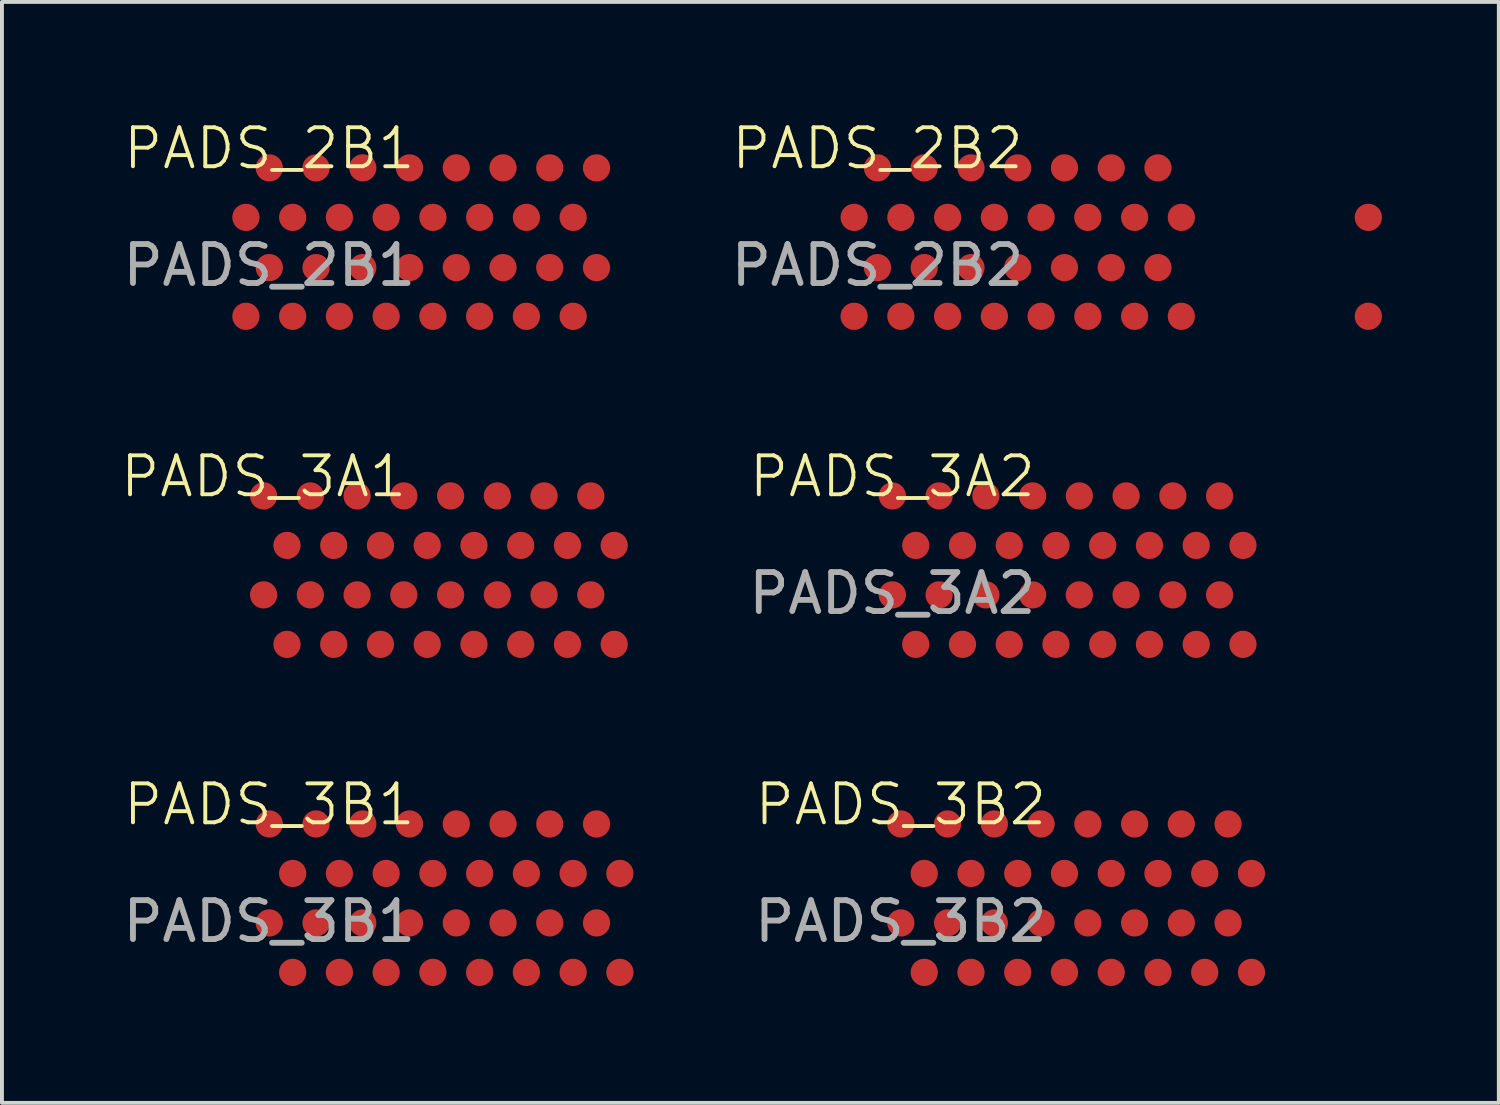
<source format=kicad_pcb>
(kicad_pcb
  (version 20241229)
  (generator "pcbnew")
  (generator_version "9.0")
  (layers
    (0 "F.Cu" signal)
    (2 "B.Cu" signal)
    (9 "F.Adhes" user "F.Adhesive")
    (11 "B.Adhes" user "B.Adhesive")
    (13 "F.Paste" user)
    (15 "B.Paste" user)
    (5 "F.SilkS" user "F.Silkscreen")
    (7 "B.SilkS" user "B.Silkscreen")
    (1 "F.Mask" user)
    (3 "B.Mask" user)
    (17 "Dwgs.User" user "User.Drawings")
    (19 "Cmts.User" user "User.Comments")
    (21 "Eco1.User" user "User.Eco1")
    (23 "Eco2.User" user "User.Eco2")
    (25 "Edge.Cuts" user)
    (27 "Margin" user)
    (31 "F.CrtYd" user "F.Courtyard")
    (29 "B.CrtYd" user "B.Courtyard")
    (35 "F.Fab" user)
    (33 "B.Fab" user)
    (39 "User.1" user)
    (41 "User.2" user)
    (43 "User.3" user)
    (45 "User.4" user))
  (footprint "PADS_3B1"
    (layer "F.Cu")
    (at 3.863 18.102)
    (property "Reference" "PADS_3B1" (at 0 -0.5 0) (unlocked yes) (layer "F.SilkS") (effects (font (size 1 1) (thickness 0.1))))
    (attr smd)
    (fp_text user "${REFERENCE}" (at 0 2.5 0) (unlocked yes) (layer "F.Fab") (effects (font (size 1 1) (thickness 0.15))))
    (pad "2B28" smd circle (at 7.8 1.27) (size 0.7 0.7) (layers "F.Cu" "F.Mask" "F.Paste"))
    (pad "3B1" smd circle (at 0 2.54) (size 0.7 0.7) (layers "F.Cu" "F.Mask" "F.Paste"))
    (pad "3B2" smd circle (at 0 0) (size 0.7 0.7) (layers "F.Cu" "F.Mask" "F.Paste"))
    (pad "3B3" smd circle (at 0.6 3.81) (size 0.7 0.7) (layers "F.Cu" "F.Mask" "F.Paste"))
    (pad "3B4" smd circle (at 0.6 1.27) (size 0.7 0.7) (layers "F.Cu" "F.Mask" "F.Paste"))
    (pad "3B5" smd circle (at 1.2 2.54) (size 0.7 0.7) (layers "F.Cu" "F.Mask" "F.Paste"))
    (pad "3B6" smd circle (at 1.2 0) (size 0.7 0.7) (layers "F.Cu" "F.Mask" "F.Paste"))
    (pad "3B7" smd circle (at 1.8 3.81) (size 0.7 0.7) (layers "F.Cu" "F.Mask" "F.Paste"))
    (pad "3B8" smd circle (at 1.8 1.27) (size 0.7 0.7) (layers "F.Cu" "F.Mask" "F.Paste"))
    (pad "3B9" smd circle (at 2.4 2.54) (size 0.7 0.7) (layers "F.Cu" "F.Mask" "F.Paste"))
    (pad "3B10" smd circle (at 2.4 0) (size 0.7 0.7) (layers "F.Cu" "F.Mask" "F.Paste"))
    (pad "3B11" smd circle (at 3 3.81) (size 0.7 0.7) (layers "F.Cu" "F.Mask" "F.Paste"))
    (pad "3B12" smd circle (at 3 1.27) (size 0.7 0.7) (layers "F.Cu" "F.Mask" "F.Paste"))
    (pad "3B13" smd circle (at 3.6 2.54) (size 0.7 0.7) (layers "F.Cu" "F.Mask" "F.Paste"))
    (pad "3B14" smd circle (at 3.6 0) (size 0.7 0.7) (layers "F.Cu" "F.Mask" "F.Paste"))
    (pad "3B15" smd circle (at 4.2 3.81) (size 0.7 0.7) (layers "F.Cu" "F.Mask" "F.Paste"))
    (pad "3B16" smd circle (at 4.2 1.27) (size 0.7 0.7) (layers "F.Cu" "F.Mask" "F.Paste"))
    (pad "3B17" smd circle (at 4.8 2.54) (size 0.7 0.7) (layers "F.Cu" "F.Mask" "F.Paste"))
    (pad "3B18" smd circle (at 4.8 0) (size 0.7 0.7) (layers "F.Cu" "F.Mask" "F.Paste"))
    (pad "3B19" smd circle (at 5.4 3.81) (size 0.7 0.7) (layers "F.Cu" "F.Mask" "F.Paste"))
    (pad "3B20" smd circle (at 5.4 1.27) (size 0.7 0.7) (layers "F.Cu" "F.Mask" "F.Paste"))
    (pad "3B21" smd circle (at 6 2.54) (size 0.7 0.7) (layers "F.Cu" "F.Mask" "F.Paste"))
    (pad "3B22" smd circle (at 6 0) (size 0.7 0.7) (layers "F.Cu" "F.Mask" "F.Paste"))
    (pad "3B23" smd circle (at 6.6 3.81) (size 0.7 0.7) (layers "F.Cu" "F.Mask" "F.Paste"))
    (pad "3B24" smd circle (at 6.6 1.27) (size 0.7 0.7) (layers "F.Cu" "F.Mask" "F.Paste"))
    (pad "3B25" smd circle (at 7.2 2.54) (size 0.7 0.7) (layers "F.Cu" "F.Mask" "F.Paste"))
    (pad "3B26" smd circle (at 7.2 0) (size 0.7 0.7) (layers "F.Cu" "F.Mask" "F.Paste"))
    (pad "3B27" smd circle (at 7.8 3.81) (size 0.7 0.7) (layers "F.Cu" "F.Mask" "F.Paste"))
    (pad "3B29" smd circle (at 8.4 2.54) (size 0.7 0.7) (layers "F.Cu" "F.Mask" "F.Paste"))
    (pad "3B30" smd circle (at 8.4 0) (size 0.7 0.7) (layers "F.Cu" "F.Mask" "F.Paste"))
    (pad "3B31" smd circle (at 9 3.81) (size 0.7 0.7) (layers "F.Cu" "F.Mask" "F.Paste"))
    (pad "3B32" smd circle (at 9 1.27) (size 0.7 0.7) (layers "F.Cu" "F.Mask" "F.Paste")))
  (footprint "PADS_2B2"
    (layer "F.Cu")
    (at 19.476 1.26)
    (property "Reference" "PADS_2B2" (at 0 -0.5 0) (unlocked yes) (layer "F.SilkS") (effects (font (size 1 1) (thickness 0.1))))
    (attr smd)
    (fp_text user "${REFERENCE}" (at 0 2.5 0) (unlocked yes) (layer "F.Fab") (effects (font (size 1 1) (thickness 0.15))))
    (pad "2B33" smd circle (at -0.6 3.81) (size 0.7 0.7) (layers "F.Cu" "F.Mask" "F.Paste"))
    (pad "2B34" smd circle (at -0.6 1.27) (size 0.7 0.7) (layers "F.Cu" "F.Mask" "F.Paste"))
    (pad "2B35" smd circle (at 0 2.56) (size 0.7 0.7) (layers "F.Cu" "F.Mask" "F.Paste"))
    (pad "2B36" smd circle (at 0 0) (size 0.7 0.7) (layers "F.Cu" "F.Mask" "F.Paste"))
    (pad "2B37" smd circle (at 0.6 3.81) (size 0.7 0.7) (layers "F.Cu" "F.Mask" "F.Paste"))
    (pad "2B38" smd circle (at 0.6 1.27) (size 0.7 0.7) (layers "F.Cu" "F.Mask" "F.Paste"))
    (pad "2B39" smd circle (at 1.2 2.56) (size 0.7 0.7) (layers "F.Cu" "F.Mask" "F.Paste"))
    (pad "2B40" smd circle (at 1.2 0) (size 0.7 0.7) (layers "F.Cu" "F.Mask" "F.Paste"))
    (pad "2B41" smd circle (at 1.8 3.81) (size 0.7 0.7) (layers "F.Cu" "F.Mask" "F.Paste"))
    (pad "2B42" smd circle (at 1.8 1.27) (size 0.7 0.7) (layers "F.Cu" "F.Mask" "F.Paste"))
    (pad "2B43" smd circle (at 2.4 2.56) (size 0.7 0.7) (layers "F.Cu" "F.Mask" "F.Paste"))
    (pad "2B44" smd circle (at 2.4 0) (size 0.7 0.7) (layers "F.Cu" "F.Mask" "F.Paste"))
    (pad "2B45" smd circle (at 3 3.81) (size 0.7 0.7) (layers "F.Cu" "F.Mask" "F.Paste"))
    (pad "2B46" smd circle (at 3 1.27) (size 0.7 0.7) (layers "F.Cu" "F.Mask" "F.Paste"))
    (pad "2B47" smd circle (at 3.6 2.56) (size 0.7 0.7) (layers "F.Cu" "F.Mask" "F.Paste"))
    (pad "2B48" smd circle (at 3.6 0) (size 0.7 0.7) (layers "F.Cu" "F.Mask" "F.Paste"))
    (pad "2B49" smd circle (at 4.2 3.81) (size 0.7 0.7) (layers "F.Cu" "F.Mask" "F.Paste"))
    (pad "2B50" smd circle (at 4.2 1.27) (size 0.7 0.7) (layers "F.Cu" "F.Mask" "F.Paste"))
    (pad "2B51" smd circle (at 4.8 2.56) (size 0.7 0.7) (layers "F.Cu" "F.Mask" "F.Paste"))
    (pad "2B52" smd circle (at 4.8 0) (size 0.7 0.7) (layers "F.Cu" "F.Mask" "F.Paste"))
    (pad "2B53" smd circle (at 5.4 3.81) (size 0.7 0.7) (layers "F.Cu" "F.Mask" "F.Paste"))
    (pad "2B54" smd circle (at 5.4 1.27) (size 0.7 0.7) (layers "F.Cu" "F.Mask" "F.Paste"))
    (pad "2B55" smd circle (at 6 2.56) (size 0.7 0.7) (layers "F.Cu" "F.Mask" "F.Paste"))
    (pad "2B56" smd circle (at 6 0) (size 0.7 0.7) (layers "F.Cu" "F.Mask" "F.Paste"))
    (pad "2B57" smd circle (at 6.6 3.81) (size 0.7 0.7) (layers "F.Cu" "F.Mask" "F.Paste"))
    (pad "2B58" smd circle (at 6.6 1.27) (size 0.7 0.7) (layers "F.Cu" "F.Mask" "F.Paste"))
    (pad "2B59" smd circle (at 7.2 2.56) (size 0.7 0.7) (layers "F.Cu" "F.Mask" "F.Paste"))
    (pad "2B60" smd circle (at 7.2 0) (size 0.7 0.7) (layers "F.Cu" "F.Mask" "F.Paste"))
    (pad "2B61" smd circle (at 7.8 3.81) (size 0.7 0.7) (layers "F.Cu" "F.Mask" "F.Paste"))
    (pad "2B62" smd circle (at 7.8 1.27) (size 0.7 0.7) (layers "F.Cu" "F.Mask" "F.Paste"))
    (pad "2B63" smd circle (at 12.6 3.81) (size 0.7 0.7) (layers "F.Cu" "F.Mask" "F.Paste"))
    (pad "2B64" smd circle (at 12.6 1.27) (size 0.7 0.7) (layers "F.Cu" "F.Mask" "F.Paste")))
  (footprint "PADS_3B2"
    (layer "F.Cu")
    (at 20.076 18.102)
    (property "Reference" "PADS_3B2" (at 0 -0.5 0) (unlocked yes) (layer "F.SilkS") (effects (font (size 1 1) (thickness 0.1))))
    (attr smd)
    (fp_text user "${REFERENCE}" (at 0 2.5 0) (unlocked yes) (layer "F.Fab") (effects (font (size 1 1) (thickness 0.15))))
    (pad "3B33" smd circle (at 0 2.54) (size 0.7 0.7) (layers "F.Cu" "F.Mask" "F.Paste"))
    (pad "3B34" smd circle (at 0 0) (size 0.7 0.7) (layers "F.Cu" "F.Mask" "F.Paste"))
    (pad "3B35" smd circle (at 0.6 3.81) (size 0.7 0.7) (layers "F.Cu" "F.Mask" "F.Paste"))
    (pad "3B36" smd circle (at 0.6 1.27) (size 0.7 0.7) (layers "F.Cu" "F.Mask" "F.Paste"))
    (pad "3B37" smd circle (at 1.2 2.54) (size 0.7 0.7) (layers "F.Cu" "F.Mask" "F.Paste"))
    (pad "3B38" smd circle (at 1.2 0) (size 0.7 0.7) (layers "F.Cu" "F.Mask" "F.Paste"))
    (pad "3B39" smd circle (at 1.8 3.81) (size 0.7 0.7) (layers "F.Cu" "F.Mask" "F.Paste"))
    (pad "3B40" smd circle (at 1.8 1.27) (size 0.7 0.7) (layers "F.Cu" "F.Mask" "F.Paste"))
    (pad "3B41" smd circle (at 2.4 2.54) (size 0.7 0.7) (layers "F.Cu" "F.Mask" "F.Paste"))
    (pad "3B42" smd circle (at 2.4 0) (size 0.7 0.7) (layers "F.Cu" "F.Mask" "F.Paste"))
    (pad "3B43" smd circle (at 3 3.81) (size 0.7 0.7) (layers "F.Cu" "F.Mask" "F.Paste"))
    (pad "3B44" smd circle (at 3 1.27) (size 0.7 0.7) (layers "F.Cu" "F.Mask" "F.Paste"))
    (pad "3B45" smd circle (at 3.6 2.54) (size 0.7 0.7) (layers "F.Cu" "F.Mask" "F.Paste"))
    (pad "3B46" smd circle (at 3.6 0) (size 0.7 0.7) (layers "F.Cu" "F.Mask" "F.Paste"))
    (pad "3B47" smd circle (at 4.2 3.81) (size 0.7 0.7) (layers "F.Cu" "F.Mask" "F.Paste"))
    (pad "3B48" smd circle (at 4.2 1.27) (size 0.7 0.7) (layers "F.Cu" "F.Mask" "F.Paste"))
    (pad "3B49" smd circle (at 4.8 2.54) (size 0.7 0.7) (layers "F.Cu" "F.Mask" "F.Paste"))
    (pad "3B50" smd circle (at 4.8 0) (size 0.7 0.7) (layers "F.Cu" "F.Mask" "F.Paste"))
    (pad "3B51" smd circle (at 5.4 3.81) (size 0.7 0.7) (layers "F.Cu" "F.Mask" "F.Paste"))
    (pad "3B52" smd circle (at 5.4 1.27) (size 0.7 0.7) (layers "F.Cu" "F.Mask" "F.Paste"))
    (pad "3B53" smd circle (at 6 2.54) (size 0.7 0.7) (layers "F.Cu" "F.Mask" "F.Paste"))
    (pad "3B54" smd circle (at 6 0) (size 0.7 0.7) (layers "F.Cu" "F.Mask" "F.Paste"))
    (pad "3B55" smd circle (at 6.6 3.81) (size 0.7 0.7) (layers "F.Cu" "F.Mask" "F.Paste"))
    (pad "3B56" smd circle (at 6.6 1.27) (size 0.7 0.7) (layers "F.Cu" "F.Mask" "F.Paste"))
    (pad "3B57" smd circle (at 7.2 2.54) (size 0.7 0.7) (layers "F.Cu" "F.Mask" "F.Paste"))
    (pad "3B58" smd circle (at 7.2 0) (size 0.7 0.7) (layers "F.Cu" "F.Mask" "F.Paste"))
    (pad "3B59" smd circle (at 7.8 3.81) (size 0.7 0.7) (layers "F.Cu" "F.Mask" "F.Paste"))
    (pad "3B60" smd circle (at 7.8 1.27) (size 0.7 0.7) (layers "F.Cu" "F.Mask" "F.Paste"))
    (pad "3B61" smd circle (at 8.4 2.54) (size 0.7 0.7) (layers "F.Cu" "F.Mask" "F.Paste"))
    (pad "3B62" smd circle (at 8.4 0) (size 0.7 0.7) (layers "F.Cu" "F.Mask" "F.Paste"))
    (pad "3B63" smd circle (at 9 3.81) (size 0.7 0.7) (layers "F.Cu" "F.Mask" "F.Paste"))
    (pad "3B64" smd circle (at 9 1.27) (size 0.7 0.7) (layers "F.Cu" "F.Mask" "F.Paste")))
  (footprint "PADS_3A2"
    (layer "F.Cu")
    (at 19.858 9.681)
    (property "Reference" "PADS_3A2" (at 0 -0.5 0) (unlocked yes) (layer "F.SilkS") (effects (font (size 1 1) (thickness 0.1))))
    (attr smd)
    (fp_text user "${REFERENCE}" (at 0 2.5 0) (unlocked yes) (layer "F.Fab") (effects (font (size 1 1) (thickness 0.15))))
    (pad "3A33" smd circle (at 0 2.54) (size 0.7 0.7) (layers "F.Cu" "F.Mask" "F.Paste"))
    (pad "3A34" smd circle (at 0 0) (size 0.7 0.7) (layers "F.Cu" "F.Mask" "F.Paste"))
    (pad "3A35" smd circle (at 0.6 3.81) (size 0.7 0.7) (layers "F.Cu" "F.Mask" "F.Paste"))
    (pad "3A36" smd circle (at 0.6 1.27) (size 0.7 0.7) (layers "F.Cu" "F.Mask" "F.Paste"))
    (pad "3A37" smd circle (at 1.2 2.54) (size 0.7 0.7) (layers "F.Cu" "F.Mask" "F.Paste"))
    (pad "3A38" smd circle (at 1.2 0) (size 0.7 0.7) (layers "F.Cu" "F.Mask" "F.Paste"))
    (pad "3A39" smd circle (at 1.8 3.81) (size 0.7 0.7) (layers "F.Cu" "F.Mask" "F.Paste"))
    (pad "3A40" smd circle (at 1.8 1.27) (size 0.7 0.7) (layers "F.Cu" "F.Mask" "F.Paste"))
    (pad "3A41" smd circle (at 2.4 2.54) (size 0.7 0.7) (layers "F.Cu" "F.Mask" "F.Paste"))
    (pad "3A42" smd circle (at 2.4 0) (size 0.7 0.7) (layers "F.Cu" "F.Mask" "F.Paste"))
    (pad "3A43" smd circle (at 3 3.81) (size 0.7 0.7) (layers "F.Cu" "F.Mask" "F.Paste"))
    (pad "3A44" smd circle (at 3 1.27) (size 0.7 0.7) (layers "F.Cu" "F.Mask" "F.Paste"))
    (pad "3A45" smd circle (at 3.6 2.54) (size 0.7 0.7) (layers "F.Cu" "F.Mask" "F.Paste"))
    (pad "3A46" smd circle (at 3.6 0) (size 0.7 0.7) (layers "F.Cu" "F.Mask" "F.Paste"))
    (pad "3A47" smd circle (at 4.2 3.81) (size 0.7 0.7) (layers "F.Cu" "F.Mask" "F.Paste"))
    (pad "3A48" smd circle (at 4.2 1.27) (size 0.7 0.7) (layers "F.Cu" "F.Mask" "F.Paste"))
    (pad "3A49" smd circle (at 4.8 2.54) (size 0.7 0.7) (layers "F.Cu" "F.Mask" "F.Paste"))
    (pad "3A50" smd circle (at 4.8 0) (size 0.7 0.7) (layers "F.Cu" "F.Mask" "F.Paste"))
    (pad "3A51" smd circle (at 5.4 3.81) (size 0.7 0.7) (layers "F.Cu" "F.Mask" "F.Paste"))
    (pad "3A52" smd circle (at 5.4 1.27) (size 0.7 0.7) (layers "F.Cu" "F.Mask" "F.Paste"))
    (pad "3A53" smd circle (at 6 2.54) (size 0.7 0.7) (layers "F.Cu" "F.Mask" "F.Paste"))
    (pad "3A54" smd circle (at 6 0) (size 0.7 0.7) (layers "F.Cu" "F.Mask" "F.Paste"))
    (pad "3A55" smd circle (at 6.6 3.81) (size 0.7 0.7) (layers "F.Cu" "F.Mask" "F.Paste"))
    (pad "3A56" smd circle (at 6.6 1.27) (size 0.7 0.7) (layers "F.Cu" "F.Mask" "F.Paste"))
    (pad "3A57" smd circle (at 7.2 2.54) (size 0.7 0.7) (layers "F.Cu" "F.Mask" "F.Paste"))
    (pad "3A58" smd circle (at 7.2 0) (size 0.7 0.7) (layers "F.Cu" "F.Mask" "F.Paste"))
    (pad "3A59" smd circle (at 7.8 3.81) (size 0.7 0.7) (layers "F.Cu" "F.Mask" "F.Paste"))
    (pad "3A60" smd circle (at 7.8 1.27) (size 0.7 0.7) (layers "F.Cu" "F.Mask" "F.Paste"))
    (pad "3A61" smd circle (at 8.4 2.54) (size 0.7 0.7) (layers "F.Cu" "F.Mask" "F.Paste"))
    (pad "3A62" smd circle (at 8.4 0) (size 0.7 0.7) (layers "F.Cu" "F.Mask" "F.Paste"))
    (pad "3A63" smd circle (at 9 3.81) (size 0.7 0.7) (layers "F.Cu" "F.Mask" "F.Paste"))
    (pad "3A64" smd circle (at 9 1.27) (size 0.7 0.7) (layers "F.Cu" "F.Mask" "F.Paste")))
  (footprint "PADS_2B1"
    (layer "F.Cu")
    (at 3.863 1.26)
    (property "Reference" "PADS_2B1" (at 0 -0.5 0) (unlocked yes) (layer "F.SilkS") (effects (font (size 1 1) (thickness 0.1))))
    (attr smd)
    (fp_text user "${REFERENCE}" (at 0 2.5 0) (unlocked yes) (layer "F.Fab") (effects (font (size 1 1) (thickness 0.15))))
    (pad "2B1" smd circle (at -0.6 3.81) (size 0.7 0.7) (layers "F.Cu" "F.Mask" "F.Paste"))
    (pad "2B2" smd circle (at -0.6 1.27) (size 0.7 0.7) (layers "F.Cu" "F.Mask" "F.Paste"))
    (pad "2B3" smd circle (at 0 2.56) (size 0.7 0.7) (layers "F.Cu" "F.Mask" "F.Paste"))
    (pad "2B4" smd circle (at 0 0) (size 0.7 0.7) (layers "F.Cu" "F.Mask" "F.Paste"))
    (pad "2B5" smd circle (at 0.6 3.81) (size 0.7 0.7) (layers "F.Cu" "F.Mask" "F.Paste"))
    (pad "2B6" smd circle (at 0.6 1.27) (size 0.7 0.7) (layers "F.Cu" "F.Mask" "F.Paste"))
    (pad "2B7" smd circle (at 1.2 2.56) (size 0.7 0.7) (layers "F.Cu" "F.Mask" "F.Paste"))
    (pad "2B8" smd circle (at 1.2 0) (size 0.7 0.7) (layers "F.Cu" "F.Mask" "F.Paste"))
    (pad "2B9" smd circle (at 1.8 3.81) (size 0.7 0.7) (layers "F.Cu" "F.Mask" "F.Paste"))
    (pad "2B10" smd circle (at 1.8 1.27) (size 0.7 0.7) (layers "F.Cu" "F.Mask" "F.Paste"))
    (pad "2B11" smd circle (at 2.4 2.56) (size 0.7 0.7) (layers "F.Cu" "F.Mask" "F.Paste"))
    (pad "2B12" smd circle (at 2.4 0) (size 0.7 0.7) (layers "F.Cu" "F.Mask" "F.Paste"))
    (pad "2B13" smd circle (at 3 3.81) (size 0.7 0.7) (layers "F.Cu" "F.Mask" "F.Paste"))
    (pad "2B14" smd circle (at 3 1.27) (size 0.7 0.7) (layers "F.Cu" "F.Mask" "F.Paste"))
    (pad "2B15" smd circle (at 3.6 2.56) (size 0.7 0.7) (layers "F.Cu" "F.Mask" "F.Paste"))
    (pad "2B16" smd circle (at 3.6 0) (size 0.7 0.7) (layers "F.Cu" "F.Mask" "F.Paste"))
    (pad "2B17" smd circle (at 4.2 3.81) (size 0.7 0.7) (layers "F.Cu" "F.Mask" "F.Paste"))
    (pad "2B17" smd circle (at 6.6 1.27) (size 0.7 0.7) (layers "F.Cu" "F.Mask" "F.Paste"))
    (pad "2B18" smd circle (at 4.2 1.27) (size 0.7 0.7) (layers "F.Cu" "F.Mask" "F.Paste"))
    (pad "2B19" smd circle (at 4.8 2.56) (size 0.7 0.7) (layers "F.Cu" "F.Mask" "F.Paste"))
    (pad "2B20" smd circle (at 4.8 0) (size 0.7 0.7) (layers "F.Cu" "F.Mask" "F.Paste"))
    (pad "2B21" smd circle (at 5.4 3.81) (size 0.7 0.7) (layers "F.Cu" "F.Mask" "F.Paste"))
    (pad "2B22" smd circle (at 5.4 1.27) (size 0.7 0.7) (layers "F.Cu" "F.Mask" "F.Paste"))
    (pad "2B23" smd circle (at 6 2.56) (size 0.7 0.7) (layers "F.Cu" "F.Mask" "F.Paste"))
    (pad "2B24" smd circle (at 6 0) (size 0.7 0.7) (layers "F.Cu" "F.Mask" "F.Paste"))
    (pad "2B25" smd circle (at 6.6 3.81) (size 0.7 0.7) (layers "F.Cu" "F.Mask" "F.Paste"))
    (pad "2B27" smd circle (at 7.2 2.56) (size 0.7 0.7) (layers "F.Cu" "F.Mask" "F.Paste"))
    (pad "2B28" smd circle (at 7.2 0) (size 0.7 0.7) (layers "F.Cu" "F.Mask" "F.Paste"))
    (pad "2B29" smd circle (at 7.8 3.81) (size 0.7 0.7) (layers "F.Cu" "F.Mask" "F.Paste"))
    (pad "2B30" smd circle (at 7.8 1.27) (size 0.7 0.7) (layers "F.Cu" "F.Mask" "F.Paste"))
    (pad "2B31" smd circle (at 8.4 2.56) (size 0.7 0.7) (layers "F.Cu" "F.Mask" "F.Paste"))
    (pad "2B32" smd circle (at 8.4 0) (size 0.7 0.7) (layers "F.Cu" "F.Mask" "F.Paste")))
  (footprint "PADS_3A1"
    (layer "F.Cu")
    (at 3.717 9.681)
    (property "Reference" "PADS_3A1" (at 0 -0.5 0) (unlocked yes) (layer "F.SilkS") (effects (font (size 1 1) (thickness 0.1))))
    (attr smd)
    (pad "3A1" smd circle (at 0 2.54) (size 0.7 0.7) (layers "F.Cu" "F.Mask" "F.Paste"))
    (pad "3A2" smd circle (at 0 0) (size 0.7 0.7) (layers "F.Cu" "F.Mask" "F.Paste"))
    (pad "3A3" smd circle (at 0.6 3.81) (size 0.7 0.7) (layers "F.Cu" "F.Mask" "F.Paste"))
    (pad "3A4" smd circle (at 0.6 1.27) (size 0.7 0.7) (layers "F.Cu" "F.Mask" "F.Paste"))
    (pad "3A5" smd circle (at 1.2 2.54) (size 0.7 0.7) (layers "F.Cu" "F.Mask" "F.Paste"))
    (pad "3A6" smd circle (at 1.2 0) (size 0.7 0.7) (layers "F.Cu" "F.Mask" "F.Paste"))
    (pad "3A7" smd circle (at 1.8 3.81) (size 0.7 0.7) (layers "F.Cu" "F.Mask" "F.Paste"))
    (pad "3A8" smd circle (at 1.8 1.27) (size 0.7 0.7) (layers "F.Cu" "F.Mask" "F.Paste"))
    (pad "3A9" smd circle (at 2.4 2.54) (size 0.7 0.7) (layers "F.Cu" "F.Mask" "F.Paste"))
    (pad "3A10" smd circle (at 2.4 0) (size 0.7 0.7) (layers "F.Cu" "F.Mask" "F.Paste"))
    (pad "3A11" smd circle (at 3 3.81) (size 0.7 0.7) (layers "F.Cu" "F.Mask" "F.Paste"))
    (pad "3A12" smd circle (at 3 1.27) (size 0.7 0.7) (layers "F.Cu" "F.Mask" "F.Paste"))
    (pad "3A13" smd circle (at 3.6 2.54) (size 0.7 0.7) (layers "F.Cu" "F.Mask" "F.Paste"))
    (pad "3A14" smd circle (at 3.6 0) (size 0.7 0.7) (layers "F.Cu" "F.Mask" "F.Paste"))
    (pad "3A15" smd circle (at 4.2 3.81) (size 0.7 0.7) (layers "F.Cu" "F.Mask" "F.Paste"))
    (pad "3A16" smd circle (at 4.2 1.27) (size 0.7 0.7) (layers "F.Cu" "F.Mask" "F.Paste"))
    (pad "3A17" smd circle (at 4.8 2.54) (size 0.7 0.7) (layers "F.Cu" "F.Mask" "F.Paste"))
    (pad "3A18" smd circle (at 4.8 0) (size 0.7 0.7) (layers "F.Cu" "F.Mask" "F.Paste"))
    (pad "3A19" smd circle (at 5.4 3.81) (size 0.7 0.7) (layers "F.Cu" "F.Mask" "F.Paste"))
    (pad "3A20" smd circle (at 5.4 1.27) (size 0.7 0.7) (layers "F.Cu" "F.Mask" "F.Paste"))
    (pad "3A21" smd circle (at 6 2.54) (size 0.7 0.7) (layers "F.Cu" "F.Mask" "F.Paste"))
    (pad "3A22" smd circle (at 6 0) (size 0.7 0.7) (layers "F.Cu" "F.Mask" "F.Paste"))
    (pad "3A23" smd circle (at 6.6 3.81) (size 0.7 0.7) (layers "F.Cu" "F.Mask" "F.Paste"))
    (pad "3A24" smd circle (at 6.6 1.27) (size 0.7 0.7) (layers "F.Cu" "F.Mask" "F.Paste"))
    (pad "3A25" smd circle (at 7.2 2.54) (size 0.7 0.7) (layers "F.Cu" "F.Mask" "F.Paste"))
    (pad "3A26" smd circle (at 7.2 0) (size 0.7 0.7) (layers "F.Cu" "F.Mask" "F.Paste"))
    (pad "3A27" smd circle (at 7.8 3.81) (size 0.7 0.7) (layers "F.Cu" "F.Mask" "F.Paste"))
    (pad "3A28" smd circle (at 7.8 1.27) (size 0.7 0.7) (layers "F.Cu" "F.Mask" "F.Paste"))
    (pad "3A29" smd circle (at 8.4 2.54) (size 0.7 0.7) (layers "F.Cu" "F.Mask" "F.Paste"))
    (pad "3A30" smd circle (at 8.4 0) (size 0.7 0.7) (layers "F.Cu" "F.Mask" "F.Paste"))
    (pad "3A31" smd circle (at 9 3.81) (size 0.7 0.7) (layers "F.Cu" "F.Mask" "F.Paste"))
    (pad "3A32" smd circle (at 9 1.27) (size 0.7 0.7) (layers "F.Cu" "F.Mask" "F.Paste")))
  (gr_rect
    (start -3 -3)
    (end 35.426 25.262)
    (stroke (width 0.1) (type default))
    (fill no)
    (layer "Edge.Cuts")))
</source>
